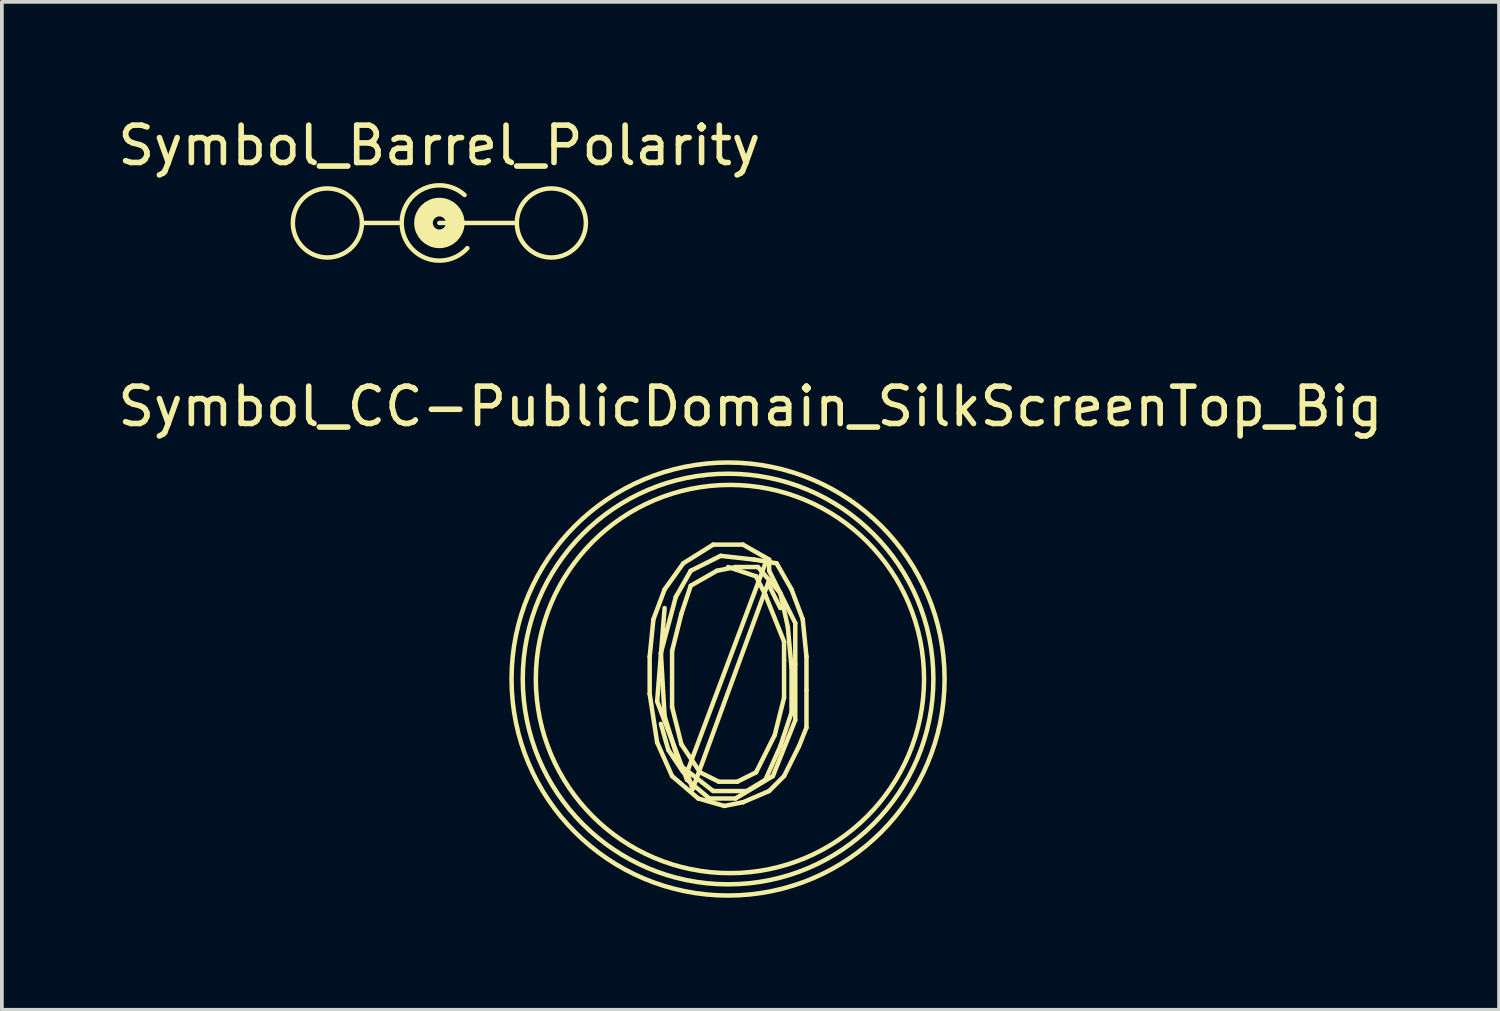
<source format=kicad_pcb>
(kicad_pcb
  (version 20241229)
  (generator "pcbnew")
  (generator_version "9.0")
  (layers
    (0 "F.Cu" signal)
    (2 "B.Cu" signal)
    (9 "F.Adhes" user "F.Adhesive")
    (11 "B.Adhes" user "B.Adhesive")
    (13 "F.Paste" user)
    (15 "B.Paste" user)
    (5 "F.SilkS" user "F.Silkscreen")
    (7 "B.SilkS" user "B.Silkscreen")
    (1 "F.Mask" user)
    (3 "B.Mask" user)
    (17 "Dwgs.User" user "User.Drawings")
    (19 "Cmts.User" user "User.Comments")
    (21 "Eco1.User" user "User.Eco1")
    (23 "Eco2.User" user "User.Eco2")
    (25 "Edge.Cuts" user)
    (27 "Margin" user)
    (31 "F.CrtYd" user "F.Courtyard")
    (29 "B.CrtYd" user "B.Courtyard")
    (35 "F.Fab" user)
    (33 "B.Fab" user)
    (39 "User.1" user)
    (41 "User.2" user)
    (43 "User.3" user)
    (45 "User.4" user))
  (footprint "Symbol_Barrel_Polarity"
    (layer "F.Cu")
    (at 8.72 2.848)
    (property "Reference" "Symbol_Barrel_Polarity" (at 0 -2 0) (layer "F.SilkS") (effects (font (size 1 1) (thickness 0.15))))
    (attr exclude_from_pos_files exclude_from_bom)
    (fp_line (start -2 0.075) (end -1.1 0.075) (stroke (width 0.12) (type solid)) (layer "F.SilkS"))
    (fp_line (start 0 0.075) (end 2 0.075) (stroke (width 0.12) (type solid)) (layer "F.SilkS"))
    (fp_arc (start 0.75 0.75) (mid -1.007627 0.128033) (end 0.675 -0.675) (stroke (width 0.12) (type solid)) (layer "F.SilkS"))
    (fp_circle (center -3 0.075) (end -3 1) (stroke (width 0.12) (type solid)) (fill no) (layer "F.SilkS"))
    (fp_circle (center 0 0.075) (end 0 0.25) (stroke (width 0.5) (type solid)) (fill no) (layer "F.SilkS"))
    (fp_circle (center 3 0.075) (end 3 1) (stroke (width 0.12) (type solid)) (fill no) (layer "F.SilkS")))
  (footprint "Symbol_CC-PublicDomain_SilkScreenTop_Big"
    (layer "F.Cu")
    (at 16.454 15.14)
    (property "Reference" "Symbol_CC-PublicDomain_SilkScreenTop_Big" (at 0.599 -7.3 0) (layer "F.SilkS") (effects (font (size 1 1) (thickness 0.15))))
    (attr exclude_from_pos_files exclude_from_bom)
    (fp_line (start -2.1 -0.6) (end -2 -1.6) (stroke (width 0.12) (type solid)) (layer "F.SilkS"))
    (fp_line (start -2.1 0.4) (end -2.1 -0.6) (stroke (width 0.12) (type solid)) (layer "F.SilkS"))
    (fp_line (start -2 -1.6) (end -1.7 -2.4) (stroke (width 0.12) (type solid)) (layer "F.SilkS"))
    (fp_line (start -1.9 0.6) (end -1.7 -1.9) (stroke (width 0.12) (type solid)) (layer "F.SilkS"))
    (fp_line (start -1.9 1.7) (end -2.1 0.4) (stroke (width 0.12) (type solid)) (layer "F.SilkS"))
    (fp_line (start -1.8 -0.7) (end -1.4 -2.2) (stroke (width 0.12) (type solid)) (layer "F.SilkS"))
    (fp_line (start -1.8 1.2) (end -1.6 1.9) (stroke (width 0.12) (type solid)) (layer "F.SilkS"))
    (fp_line (start -1.7 -2.4) (end -1.2 -3.1) (stroke (width 0.12) (type solid)) (layer "F.SilkS"))
    (fp_line (start -1.7 1) (end -1.8 -0.7) (stroke (width 0.12) (type solid)) (layer "F.SilkS"))
    (fp_line (start -1.6 1.9) (end -1.2 2.5) (stroke (width 0.12) (type solid)) (layer "F.SilkS"))
    (fp_line (start -1.5 -0.75) (end -1.25 -1.75) (stroke (width 0.12) (type solid)) (layer "F.SilkS"))
    (fp_line (start -1.5 0.75) (end -1.5 -0.75) (stroke (width 0.12) (type solid)) (layer "F.SilkS"))
    (fp_line (start -1.5 2.6) (end -1.9 1.7) (stroke (width 0.12) (type solid)) (layer "F.SilkS"))
    (fp_line (start -1.4 -2.2) (end -1 -2.9) (stroke (width 0.12) (type solid)) (layer "F.SilkS"))
    (fp_line (start -1.3 2.3) (end -1.7 1) (stroke (width 0.12) (type solid)) (layer "F.SilkS"))
    (fp_line (start -1.25 -1.75) (end -1 -2.5) (stroke (width 0.12) (type solid)) (layer "F.SilkS"))
    (fp_line (start -1.25 1.75) (end -1.5 0.75) (stroke (width 0.12) (type solid)) (layer "F.SilkS"))
    (fp_line (start -1.2 -3.1) (end -0.4 -3.6) (stroke (width 0.12) (type solid)) (layer "F.SilkS"))
    (fp_line (start -1.1 2.5) (end 1 -3.1) (stroke (width 0.12) (type solid)) (layer "F.SilkS"))
    (fp_line (start -1.1 2.7) (end -1.9 0.6) (stroke (width 0.12) (type solid)) (layer "F.SilkS"))
    (fp_line (start -1 -2.9) (end -0.2 -3.3) (stroke (width 0.12) (type solid)) (layer "F.SilkS"))
    (fp_line (start -1 -2.5) (end -0.3 -2.9) (stroke (width 0.12) (type solid)) (layer "F.SilkS"))
    (fp_line (start -0.95 2.95) (end -1.1 2.5) (stroke (width 0.12) (type solid)) (layer "F.SilkS"))
    (fp_line (start -0.8 3.2) (end -1.5 2.6) (stroke (width 0.12) (type solid)) (layer "F.SilkS"))
    (fp_line (start -0.75 2.5) (end -1.25 1.75) (stroke (width 0.12) (type solid)) (layer "F.SilkS"))
    (fp_line (start -0.5 3.2) (end -1.1 2.7) (stroke (width 0.12) (type solid)) (layer "F.SilkS"))
    (fp_line (start -0.4 -3.6) (end 0.4 -3.6) (stroke (width 0.12) (type solid)) (layer "F.SilkS"))
    (fp_line (start -0.4 3) (end -1.3 2.3) (stroke (width 0.12) (type solid)) (layer "F.SilkS"))
    (fp_line (start -0.3 -2.9) (end 0.2 -3) (stroke (width 0.12) (type solid)) (layer "F.SilkS"))
    (fp_line (start -0.25 2.75) (end -0.75 2.5) (stroke (width 0.12) (type solid)) (layer "F.SilkS"))
    (fp_line (start -0.2 -3.3) (end 0.7 -3.2) (stroke (width 0.12) (type solid)) (layer "F.SilkS"))
    (fp_line (start -0.1 3.4) (end -0.8 3.2) (stroke (width 0.12) (type solid)) (layer "F.SilkS"))
    (fp_line (start 0 -3) (end 0.75 -2.75) (stroke (width 0.12) (type solid)) (layer "F.SilkS"))
    (fp_line (start 0.2 -3) (end 0.8 -3) (stroke (width 0.12) (type solid)) (layer "F.SilkS"))
    (fp_line (start 0.2 3.2) (end -0.5 3.2) (stroke (width 0.12) (type solid)) (layer "F.SilkS"))
    (fp_line (start 0.25 2.75) (end -0.25 2.75) (stroke (width 0.12) (type solid)) (layer "F.SilkS"))
    (fp_line (start 0.4 -3.6) (end 1.1 -3.2) (stroke (width 0.12) (type solid)) (layer "F.SilkS"))
    (fp_line (start 0.4 3.3) (end -0.1 3.4) (stroke (width 0.12) (type solid)) (layer "F.SilkS"))
    (fp_line (start 0.5 3) (end -0.4 3) (stroke (width 0.12) (type solid)) (layer "F.SilkS"))
    (fp_line (start 0.7 -3.2) (end 1.3 -3.1) (stroke (width 0.12) (type solid)) (layer "F.SilkS"))
    (fp_line (start 0.75 -2.75) (end 1 -2.25) (stroke (width 0.12) (type solid)) (layer "F.SilkS"))
    (fp_line (start 0.75 2.5) (end 0.25 2.75) (stroke (width 0.12) (type solid)) (layer "F.SilkS"))
    (fp_line (start 0.8 -3) (end 1.4 -2.3) (stroke (width 0.12) (type solid)) (layer "F.SilkS"))
    (fp_line (start 1 -2.25) (end 1.5 -1) (stroke (width 0.12) (type solid)) (layer "F.SilkS"))
    (fp_line (start 1 2.7) (end 0.5 3) (stroke (width 0.12) (type solid)) (layer "F.SilkS"))
    (fp_line (start 1.1 -3.2) (end 1.1 -2.9) (stroke (width 0.12) (type solid)) (layer "F.SilkS"))
    (fp_line (start 1.1 -2.9) (end 1.8 -1.5) (stroke (width 0.12) (type solid)) (layer "F.SilkS"))
    (fp_line (start 1.1 -2.65) (end -0.95 2.95) (stroke (width 0.12) (type solid)) (layer "F.SilkS"))
    (fp_line (start 1.1 -2.5) (end 1.4 -1.9) (stroke (width 0.12) (type solid)) (layer "F.SilkS"))
    (fp_line (start 1.1 3) (end 0.4 3.3) (stroke (width 0.12) (type solid)) (layer "F.SilkS"))
    (fp_line (start 1.2 2.6) (end 0.2 3.2) (stroke (width 0.12) (type solid)) (layer "F.SilkS"))
    (fp_line (start 1.25 1.5) (end 0.75 2.5) (stroke (width 0.12) (type solid)) (layer "F.SilkS"))
    (fp_line (start 1.3 -3.1) (end 1.7 -2.4) (stroke (width 0.12) (type solid)) (layer "F.SilkS"))
    (fp_line (start 1.4 -2.3) (end 1.6 -1.4) (stroke (width 0.12) (type solid)) (layer "F.SilkS"))
    (fp_line (start 1.4 1.8) (end 1 2.7) (stroke (width 0.12) (type solid)) (layer "F.SilkS"))
    (fp_line (start 1.5 -1) (end 1.5 -0.5) (stroke (width 0.12) (type solid)) (layer "F.SilkS"))
    (fp_line (start 1.5 -0.5) (end 1.5 0.5) (stroke (width 0.12) (type solid)) (layer "F.SilkS"))
    (fp_line (start 1.5 0.5) (end 1.25 1.5) (stroke (width 0.12) (type solid)) (layer "F.SilkS"))
    (fp_line (start 1.5 2.6) (end 1.1 3) (stroke (width 0.12) (type solid)) (layer "F.SilkS"))
    (fp_line (start 1.6 -1.4) (end 1.7 -0.3) (stroke (width 0.12) (type solid)) (layer "F.SilkS"))
    (fp_line (start 1.7 -2.4) (end 2 -1.6) (stroke (width 0.12) (type solid)) (layer "F.SilkS"))
    (fp_line (start 1.7 -0.3) (end 1.7 0.9) (stroke (width 0.12) (type solid)) (layer "F.SilkS"))
    (fp_line (start 1.7 0.9) (end 1.4 1.8) (stroke (width 0.12) (type solid)) (layer "F.SilkS"))
    (fp_line (start 1.8 -1.5) (end 1.8 -0.4) (stroke (width 0.12) (type solid)) (layer "F.SilkS"))
    (fp_line (start 1.8 -0.4) (end 1.8 1.1) (stroke (width 0.12) (type solid)) (layer "F.SilkS"))
    (fp_line (start 1.8 1.1) (end 1.2 2.6) (stroke (width 0.12) (type solid)) (layer "F.SilkS"))
    (fp_line (start 1.9 1.8) (end 1.5 2.6) (stroke (width 0.12) (type solid)) (layer "F.SilkS"))
    (fp_line (start 2 -1.6) (end 2.1 -0.6) (stroke (width 0.12) (type solid)) (layer "F.SilkS"))
    (fp_line (start 2.1 -0.6) (end 2.1 0.3) (stroke (width 0.12) (type solid)) (layer "F.SilkS"))
    (fp_line (start 2.1 0.3) (end 2.1 1.3) (stroke (width 0.12) (type solid)) (layer "F.SilkS"))
    (fp_line (start 2.1 1.3) (end 1.9 1.8) (stroke (width 0.12) (type solid)) (layer "F.SilkS"))
    (fp_circle (center 0 0) (end 5.5 0) (stroke (width 0.12) (type solid)) (fill no) (layer "F.SilkS"))
    (fp_circle (center 0 0) (end 5.8 -0.05) (stroke (width 0.12) (type solid)) (fill no) (layer "F.SilkS"))
    (fp_circle (center 0.05 0) (end 5.25 0) (stroke (width 0.12) (type solid)) (fill no) (layer "F.SilkS")))
  (gr_rect
    (start -3 -3)
    (end 37.107 24.001)
    (stroke (width 0.1) (type default))
    (fill no)
    (layer "Edge.Cuts")))
</source>
